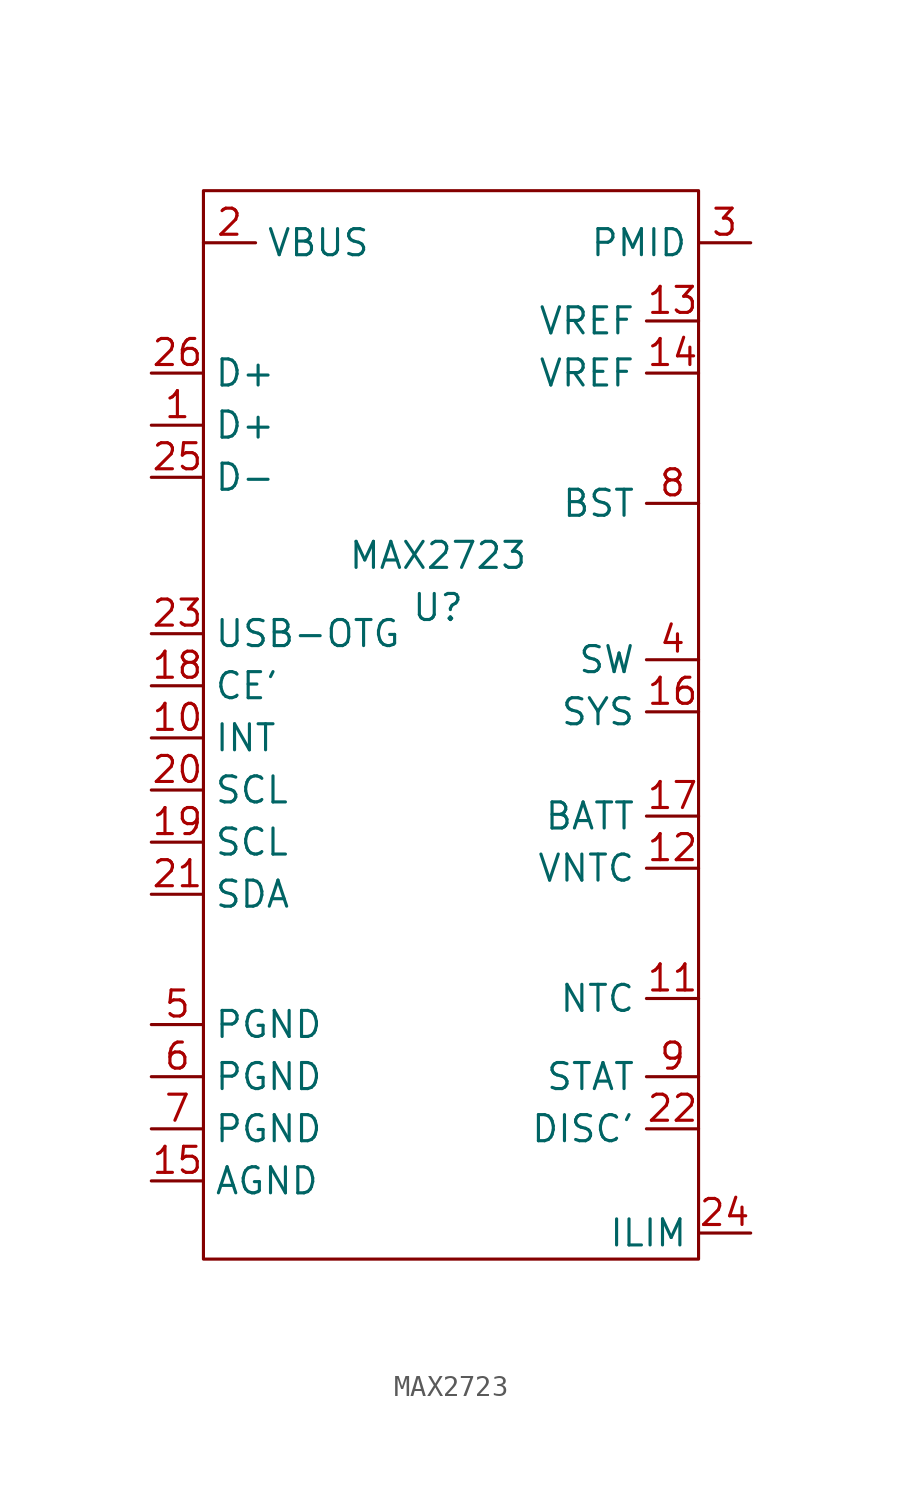
<source format=kicad_sym>
(kicad_symbol_lib
  (version 20211014)
  (generator kicad_symbol_editor)
  (symbol "MAX2723"
    (property "Reference" "U"
      (at 0 0 0)
      (effects (font (size 1.27 1.27))))
    (property "Value" "MAX2723"
      (at 0 2.54 0)
      (effects (font (size 1.27 1.27))))
    (symbol "MAX2723_0_1"
      (rectangle (start -11.43 20.32) (end 12.7 -31.75) (stroke (width 0.152) (type default) (color 0 0 0 0)) (fill (type none))))
    (symbol "MAX2723_1_1"
      (pin input line (at -13.97 8.89 0) (length 2.54) (name "D+" (effects (font (size 1.27 1.27)))) (number "1" (effects (font (size 1.27 1.27)))))
      (pin input line (at -13.97 -6.35 0) (length 2.54) (name "INT" (effects (font (size 1.27 1.27)))) (number "10" (effects (font (size 1.27 1.27)))))
      (pin input line (at 12.7 -19.05 180) (length 2.54) (name "NTC" (effects (font (size 1.27 1.27)))) (number "11" (effects (font (size 1.27 1.27)))))
      (pin input line (at 12.7 -12.7 180) (length 2.54) (name "VNTC" (effects (font (size 1.27 1.27)))) (number "12" (effects (font (size 1.27 1.27)))))
      (pin power_out line (at 12.7 13.97 180) (length 2.54) (name "VREF" (effects (font (size 1.27 1.27)))) (number "13" (effects (font (size 1.27 1.27)))))
      (pin power_out line (at 12.7 11.43 180) (length 2.54) (name "VREF" (effects (font (size 1.27 1.27)))) (number "14" (effects (font (size 1.27 1.27)))))
      (pin output line (at -13.97 -27.94 0) (length 2.54) (name "AGND" (effects (font (size 1.27 1.27)))) (number "15" (effects (font (size 1.27 1.27)))))
      (pin power_out line (at 12.7 -5.08 180) (length 2.54) (name "SYS" (effects (font (size 1.27 1.27)))) (number "16" (effects (font (size 1.27 1.27)))))
      (pin power_in line (at 12.7 -10.16 180) (length 2.54) (name "BATT" (effects (font (size 1.27 1.27)))) (number "17" (effects (font (size 1.27 1.27)))))
      (pin input line (at -13.97 -3.81 0) (length 2.54) (name "CE'" (effects (font (size 1.27 1.27)))) (number "18" (effects (font (size 1.27 1.27)))))
      (pin input line (at -13.97 -11.43 0) (length 2.54) (name "SCL" (effects (font (size 1.27 1.27)))) (number "19" (effects (font (size 1.27 1.27)))))
      (pin power_in line (at -11.43 17.78 0) (length 2.54) (name "VBUS" (effects (font (size 1.27 1.27)))) (number "2" (effects (font (size 1.27 1.27)))))
      (pin input line (at -13.97 -8.89 0) (length 2.54) (name "SCL" (effects (font (size 1.27 1.27)))) (number "20" (effects (font (size 1.27 1.27)))))
      (pin bidirectional line (at -13.97 -13.97 0) (length 2.54) (name "SDA" (effects (font (size 1.27 1.27)))) (number "21" (effects (font (size 1.27 1.27)))))
      (pin input line (at 12.7 -25.4 180) (length 2.54) (name "DISC'" (effects (font (size 1.27 1.27)))) (number "22" (effects (font (size 1.27 1.27)))))
      (pin input line (at -13.97 -1.27 0) (length 2.54) (name "USB-OTG" (effects (font (size 1.27 1.27)))) (number "23" (effects (font (size 1.27 1.27)))))
      (pin output line (at 15.24 -30.48 180) (length 2.54) (name "ILIM" (effects (font (size 1.27 1.27)))) (number "24" (effects (font (size 1.27 1.27)))))
      (pin input line (at -13.97 6.35 0) (length 2.54) (name "D-" (effects (font (size 1.27 1.27)))) (number "25" (effects (font (size 1.27 1.27)))))
      (pin input line (at -13.97 11.43 0) (length 2.54) (name "D+" (effects (font (size 1.27 1.27)))) (number "26" (effects (font (size 1.27 1.27)))))
      (pin output line (at 15.24 17.78 180) (length 2.54) (name "PMID" (effects (font (size 1.27 1.27)))) (number "3" (effects (font (size 1.27 1.27)))))
      (pin power_out line (at 12.7 -2.54 180) (length 2.54) (name "SW" (effects (font (size 1.27 1.27)))) (number "4" (effects (font (size 1.27 1.27)))))
      (pin power_in line (at -13.97 -20.32 0) (length 2.54) (name "PGND" (effects (font (size 1.27 1.27)))) (number "5" (effects (font (size 1.27 1.27)))))
      (pin power_in line (at -13.97 -22.86 0) (length 2.54) (name "PGND" (effects (font (size 1.27 1.27)))) (number "6" (effects (font (size 1.27 1.27)))))
      (pin power_in line (at -13.97 -25.4 0) (length 2.54) (name "PGND" (effects (font (size 1.27 1.27)))) (number "7" (effects (font (size 1.27 1.27)))))
      (pin power_out line (at 12.7 5.08 180) (length 2.54) (name "BST" (effects (font (size 1.27 1.27)))) (number "8" (effects (font (size 1.27 1.27)))))
      (pin output line (at 12.7 -22.86 180) (length 2.54) (name "STAT" (effects (font (size 1.27 1.27)))) (number "9" (effects (font (size 1.27 1.27))))))))
</source>
